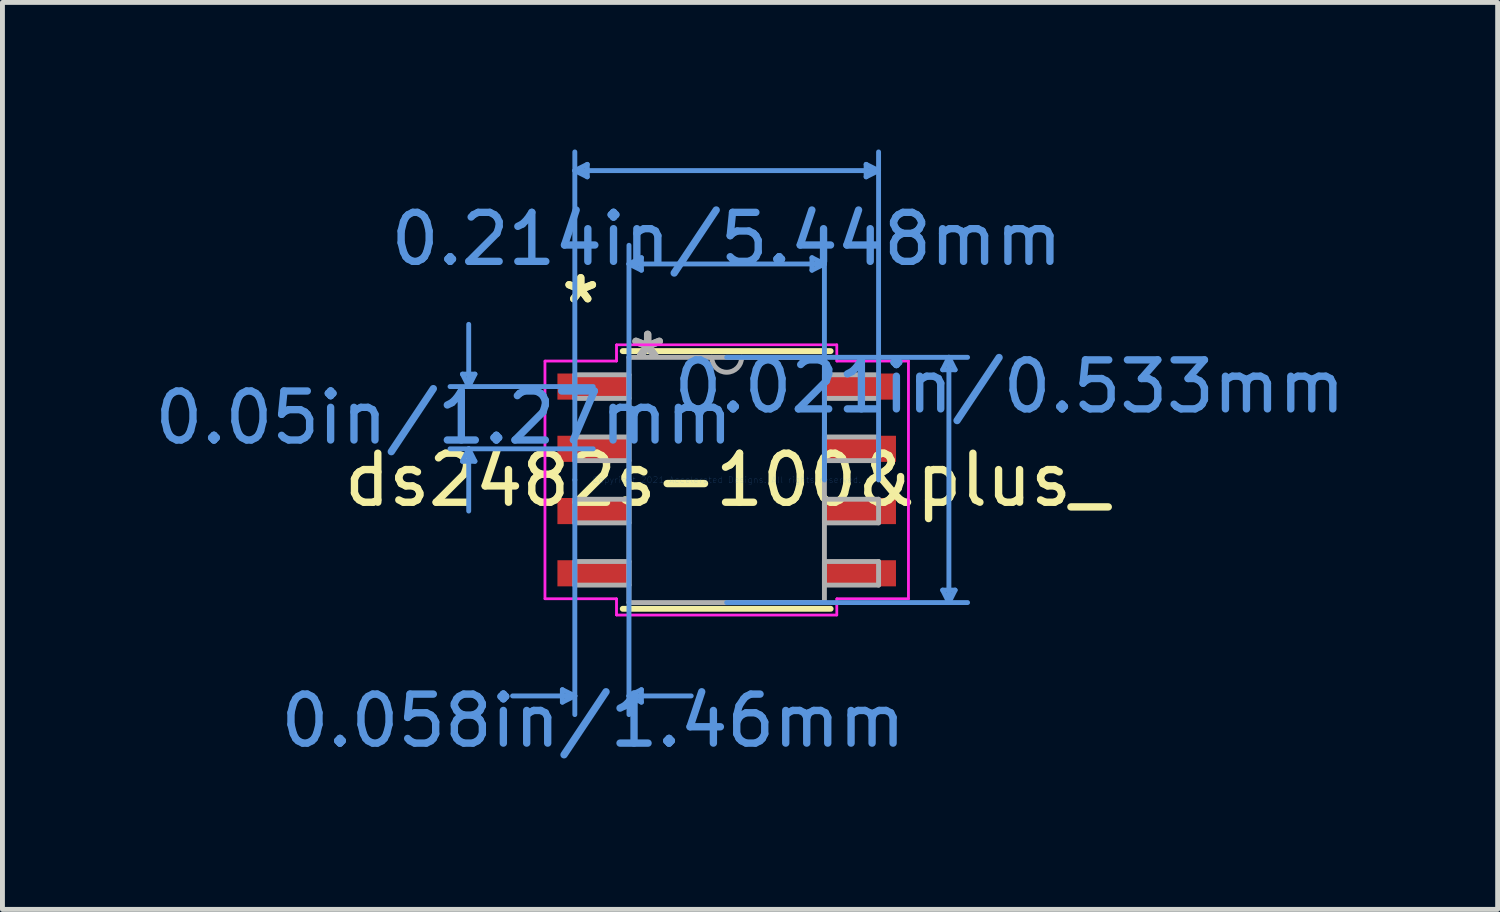
<source format=kicad_pcb>
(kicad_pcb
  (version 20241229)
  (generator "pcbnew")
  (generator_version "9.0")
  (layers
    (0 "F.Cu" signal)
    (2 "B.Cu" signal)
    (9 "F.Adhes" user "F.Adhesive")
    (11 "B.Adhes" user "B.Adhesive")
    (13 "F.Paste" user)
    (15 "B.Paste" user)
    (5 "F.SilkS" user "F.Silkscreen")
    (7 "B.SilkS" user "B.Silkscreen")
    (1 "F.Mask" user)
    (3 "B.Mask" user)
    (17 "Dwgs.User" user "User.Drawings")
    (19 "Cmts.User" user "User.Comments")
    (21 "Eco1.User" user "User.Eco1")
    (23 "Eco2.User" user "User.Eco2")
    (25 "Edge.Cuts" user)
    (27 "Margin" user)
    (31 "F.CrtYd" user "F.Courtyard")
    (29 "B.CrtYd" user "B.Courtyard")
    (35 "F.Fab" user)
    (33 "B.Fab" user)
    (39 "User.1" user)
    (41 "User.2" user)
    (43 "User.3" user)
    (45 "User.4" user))
  (footprint "ds2482s-100&plus_"
    (layer "F.Cu")
    (at 11.778 6.743)
    (property "Reference" "ds2482s-100&plus_" (at 0 0 0) (layer "F.SilkS") (effects (font (size 1 1) (thickness 0.15))))
    (attr through_hole)
    (fp_line (start -2.121 2.629) (end 2.121 2.629) (stroke (width 0.12) (type solid)) (layer "F.SilkS"))
    (fp_line (start 2.121 -2.629) (end -2.121 -2.629) (stroke (width 0.12) (type solid)) (layer "F.SilkS"))
    (fp_line (start -5.391 -2.159) (end -5.137 -2.159) (stroke (width 0.1) (type solid)) (layer "Cmts.User"))
    (fp_line (start -5.391 -0.381) (end -5.137 -0.381) (stroke (width 0.1) (type solid)) (layer "Cmts.User"))
    (fp_line (start -5.264 -1.905) (end -5.391 -2.159) (stroke (width 0.1) (type solid)) (layer "Cmts.User"))
    (fp_line (start -5.264 -1.905) (end -5.264 -3.175) (stroke (width 0.1) (type solid)) (layer "Cmts.User"))
    (fp_line (start -5.264 -1.905) (end -5.137 -2.159) (stroke (width 0.1) (type solid)) (layer "Cmts.User"))
    (fp_line (start -5.264 -0.635) (end -5.391 -0.381) (stroke (width 0.1) (type solid)) (layer "Cmts.User"))
    (fp_line (start -5.264 -0.635) (end -5.264 0.635) (stroke (width 0.1) (type solid)) (layer "Cmts.User"))
    (fp_line (start -5.264 -0.635) (end -5.137 -0.381) (stroke (width 0.1) (type solid)) (layer "Cmts.User"))
    (fp_line (start -3.353 4.28) (end -3.353 4.534) (stroke (width 0.1) (type solid)) (layer "Cmts.User"))
    (fp_line (start -3.099 -6.312) (end -2.845 -6.439) (stroke (width 0.1) (type solid)) (layer "Cmts.User"))
    (fp_line (start -3.099 -6.312) (end -2.845 -6.185) (stroke (width 0.1) (type solid)) (layer "Cmts.User"))
    (fp_line (start -3.099 -6.312) (end 3.099 -6.312) (stroke (width 0.1) (type solid)) (layer "Cmts.User"))
    (fp_line (start -3.099 0) (end -3.099 -6.693) (stroke (width 0.1) (type solid)) (layer "Cmts.User"))
    (fp_line (start -3.099 0) (end -3.099 4.788) (stroke (width 0.1) (type solid)) (layer "Cmts.User"))
    (fp_line (start -3.099 4.407) (end -4.369 4.407) (stroke (width 0.1) (type solid)) (layer "Cmts.User"))
    (fp_line (start -3.099 4.407) (end -3.353 4.28) (stroke (width 0.1) (type solid)) (layer "Cmts.User"))
    (fp_line (start -3.099 4.407) (end -3.353 4.534) (stroke (width 0.1) (type solid)) (layer "Cmts.User"))
    (fp_line (start -2.845 -6.439) (end -2.845 -6.185) (stroke (width 0.1) (type solid)) (layer "Cmts.User"))
    (fp_line (start -2.724 -1.905) (end -5.645 -1.905) (stroke (width 0.1) (type solid)) (layer "Cmts.User"))
    (fp_line (start -2.724 -0.635) (end -5.645 -0.635) (stroke (width 0.1) (type solid)) (layer "Cmts.User"))
    (fp_line (start -1.994 -4.407) (end -1.74 -4.534) (stroke (width 0.1) (type solid)) (layer "Cmts.User"))
    (fp_line (start -1.994 -4.407) (end -1.74 -4.28) (stroke (width 0.1) (type solid)) (layer "Cmts.User"))
    (fp_line (start -1.994 -4.407) (end 1.994 -4.407) (stroke (width 0.1) (type solid)) (layer "Cmts.User"))
    (fp_line (start -1.994 0) (end -1.994 -4.788) (stroke (width 0.1) (type solid)) (layer "Cmts.User"))
    (fp_line (start -1.994 0) (end -1.994 4.788) (stroke (width 0.1) (type solid)) (layer "Cmts.User"))
    (fp_line (start -1.994 4.407) (end -1.74 4.28) (stroke (width 0.1) (type solid)) (layer "Cmts.User"))
    (fp_line (start -1.994 4.407) (end -1.74 4.534) (stroke (width 0.1) (type solid)) (layer "Cmts.User"))
    (fp_line (start -1.994 4.407) (end -0.724 4.407) (stroke (width 0.1) (type solid)) (layer "Cmts.User"))
    (fp_line (start -1.74 -4.534) (end -1.74 -4.28) (stroke (width 0.1) (type solid)) (layer "Cmts.User"))
    (fp_line (start -1.74 4.28) (end -1.74 4.534) (stroke (width 0.1) (type solid)) (layer "Cmts.User"))
    (fp_line (start 0 -2.502) (end 4.915 -2.502) (stroke (width 0.1) (type solid)) (layer "Cmts.User"))
    (fp_line (start 0 2.502) (end 4.915 2.502) (stroke (width 0.1) (type solid)) (layer "Cmts.User"))
    (fp_line (start 1.74 -4.534) (end 1.74 -4.28) (stroke (width 0.1) (type solid)) (layer "Cmts.User"))
    (fp_line (start 1.994 -4.407) (end 1.74 -4.534) (stroke (width 0.1) (type solid)) (layer "Cmts.User"))
    (fp_line (start 1.994 -4.407) (end 1.74 -4.28) (stroke (width 0.1) (type solid)) (layer "Cmts.User"))
    (fp_line (start 1.994 0) (end 1.994 -4.788) (stroke (width 0.1) (type solid)) (layer "Cmts.User"))
    (fp_line (start 2.845 -6.439) (end 2.845 -6.185) (stroke (width 0.1) (type solid)) (layer "Cmts.User"))
    (fp_line (start 3.099 -6.312) (end 2.845 -6.439) (stroke (width 0.1) (type solid)) (layer "Cmts.User"))
    (fp_line (start 3.099 -6.312) (end 2.845 -6.185) (stroke (width 0.1) (type solid)) (layer "Cmts.User"))
    (fp_line (start 3.099 0) (end 3.099 -6.693) (stroke (width 0.1) (type solid)) (layer "Cmts.User"))
    (fp_line (start 4.407 -2.248) (end 4.661 -2.248) (stroke (width 0.1) (type solid)) (layer "Cmts.User"))
    (fp_line (start 4.407 2.248) (end 4.661 2.248) (stroke (width 0.1) (type solid)) (layer "Cmts.User"))
    (fp_line (start 4.534 -2.502) (end 4.407 -2.248) (stroke (width 0.1) (type solid)) (layer "Cmts.User"))
    (fp_line (start 4.534 -2.502) (end 4.534 2.502) (stroke (width 0.1) (type solid)) (layer "Cmts.User"))
    (fp_line (start 4.534 -2.502) (end 4.661 -2.248) (stroke (width 0.1) (type solid)) (layer "Cmts.User"))
    (fp_line (start 4.534 2.502) (end 4.407 2.248) (stroke (width 0.1) (type solid)) (layer "Cmts.User"))
    (fp_line (start 4.534 2.502) (end 4.661 2.248) (stroke (width 0.1) (type solid)) (layer "Cmts.User"))
    (fp_line (start -3.708 -2.426) (end -2.248 -2.426) (stroke (width 0.05) (type solid)) (layer "F.CrtYd"))
    (fp_line (start -3.708 -2.426) (end -2.248 -2.426) (stroke (width 0.05) (type solid)) (layer "F.CrtYd"))
    (fp_line (start -3.708 2.426) (end -3.708 -2.426) (stroke (width 0.05) (type solid)) (layer "F.CrtYd"))
    (fp_line (start -3.708 2.426) (end -3.708 -2.426) (stroke (width 0.05) (type solid)) (layer "F.CrtYd"))
    (fp_line (start -3.708 2.426) (end -2.248 2.426) (stroke (width 0.05) (type solid)) (layer "F.CrtYd"))
    (fp_line (start -2.248 -2.756) (end 2.248 -2.756) (stroke (width 0.05) (type solid)) (layer "F.CrtYd"))
    (fp_line (start -2.248 -2.756) (end 2.248 -2.756) (stroke (width 0.05) (type solid)) (layer "F.CrtYd"))
    (fp_line (start -2.248 -2.426) (end -2.248 -2.756) (stroke (width 0.05) (type solid)) (layer "F.CrtYd"))
    (fp_line (start -2.248 -2.426) (end -2.248 -2.756) (stroke (width 0.05) (type solid)) (layer "F.CrtYd"))
    (fp_line (start -2.248 2.426) (end -3.708 2.426) (stroke (width 0.05) (type solid)) (layer "F.CrtYd"))
    (fp_line (start -2.248 2.756) (end -2.248 2.426) (stroke (width 0.05) (type solid)) (layer "F.CrtYd"))
    (fp_line (start -2.248 2.756) (end -2.248 2.426) (stroke (width 0.05) (type solid)) (layer "F.CrtYd"))
    (fp_line (start 2.248 -2.756) (end 2.248 -2.426) (stroke (width 0.05) (type solid)) (layer "F.CrtYd"))
    (fp_line (start 2.248 -2.756) (end 2.248 -2.426) (stroke (width 0.05) (type solid)) (layer "F.CrtYd"))
    (fp_line (start 2.248 -2.426) (end 3.708 -2.426) (stroke (width 0.05) (type solid)) (layer "F.CrtYd"))
    (fp_line (start 2.248 2.426) (end 2.248 2.756) (stroke (width 0.05) (type solid)) (layer "F.CrtYd"))
    (fp_line (start 2.248 2.426) (end 2.248 2.756) (stroke (width 0.05) (type solid)) (layer "F.CrtYd"))
    (fp_line (start 2.248 2.756) (end -2.248 2.756) (stroke (width 0.05) (type solid)) (layer "F.CrtYd"))
    (fp_line (start 2.248 2.756) (end -2.248 2.756) (stroke (width 0.05) (type solid)) (layer "F.CrtYd"))
    (fp_line (start 3.708 -2.426) (end 2.248 -2.426) (stroke (width 0.05) (type solid)) (layer "F.CrtYd"))
    (fp_line (start 3.708 -2.426) (end 3.708 2.426) (stroke (width 0.05) (type solid)) (layer "F.CrtYd"))
    (fp_line (start 3.708 -2.426) (end 3.708 2.426) (stroke (width 0.05) (type solid)) (layer "F.CrtYd"))
    (fp_line (start 3.708 2.426) (end 2.248 2.426) (stroke (width 0.05) (type solid)) (layer "F.CrtYd"))
    (fp_line (start 3.708 2.426) (end 2.248 2.426) (stroke (width 0.05) (type solid)) (layer "F.CrtYd"))
    (fp_line (start -3.099 -2.146) (end -3.099 -1.664) (stroke (width 0.1) (type solid)) (layer "F.Fab"))
    (fp_line (start -3.099 -1.664) (end -1.994 -1.664) (stroke (width 0.1) (type solid)) (layer "F.Fab"))
    (fp_line (start -3.099 -0.876) (end -3.099 -0.394) (stroke (width 0.1) (type solid)) (layer "F.Fab"))
    (fp_line (start -3.099 -0.394) (end -1.994 -0.394) (stroke (width 0.1) (type solid)) (layer "F.Fab"))
    (fp_line (start -3.099 0.394) (end -3.099 0.876) (stroke (width 0.1) (type solid)) (layer "F.Fab"))
    (fp_line (start -3.099 0.876) (end -1.994 0.876) (stroke (width 0.1) (type solid)) (layer "F.Fab"))
    (fp_line (start -3.099 1.664) (end -3.099 2.146) (stroke (width 0.1) (type solid)) (layer "F.Fab"))
    (fp_line (start -3.099 2.146) (end -1.994 2.146) (stroke (width 0.1) (type solid)) (layer "F.Fab"))
    (fp_line (start -1.994 -2.502) (end -1.994 2.502) (stroke (width 0.1) (type solid)) (layer "F.Fab"))
    (fp_line (start -1.994 -2.146) (end -3.099 -2.146) (stroke (width 0.1) (type solid)) (layer "F.Fab"))
    (fp_line (start -1.994 -1.664) (end -1.994 -2.146) (stroke (width 0.1) (type solid)) (layer "F.Fab"))
    (fp_line (start -1.994 -0.876) (end -3.099 -0.876) (stroke (width 0.1) (type solid)) (layer "F.Fab"))
    (fp_line (start -1.994 -0.394) (end -1.994 -0.876) (stroke (width 0.1) (type solid)) (layer "F.Fab"))
    (fp_line (start -1.994 0.394) (end -3.099 0.394) (stroke (width 0.1) (type solid)) (layer "F.Fab"))
    (fp_line (start -1.994 0.876) (end -1.994 0.394) (stroke (width 0.1) (type solid)) (layer "F.Fab"))
    (fp_line (start -1.994 1.664) (end -3.099 1.664) (stroke (width 0.1) (type solid)) (layer "F.Fab"))
    (fp_line (start -1.994 2.146) (end -1.994 1.664) (stroke (width 0.1) (type solid)) (layer "F.Fab"))
    (fp_line (start -1.994 2.502) (end 1.994 2.502) (stroke (width 0.1) (type solid)) (layer "F.Fab"))
    (fp_line (start 1.994 -2.502) (end -1.994 -2.502) (stroke (width 0.1) (type solid)) (layer "F.Fab"))
    (fp_line (start 1.994 -2.146) (end 1.994 -1.664) (stroke (width 0.1) (type solid)) (layer "F.Fab"))
    (fp_line (start 1.994 -1.664) (end 3.099 -1.664) (stroke (width 0.1) (type solid)) (layer "F.Fab"))
    (fp_line (start 1.994 -0.876) (end 1.994 -0.394) (stroke (width 0.1) (type solid)) (layer "F.Fab"))
    (fp_line (start 1.994 -0.394) (end 3.099 -0.394) (stroke (width 0.1) (type solid)) (layer "F.Fab"))
    (fp_line (start 1.994 0.394) (end 1.994 0.876) (stroke (width 0.1) (type solid)) (layer "F.Fab"))
    (fp_line (start 1.994 0.876) (end 3.099 0.876) (stroke (width 0.1) (type solid)) (layer "F.Fab"))
    (fp_line (start 1.994 1.664) (end 1.994 2.146) (stroke (width 0.1) (type solid)) (layer "F.Fab"))
    (fp_line (start 1.994 2.146) (end 3.099 2.146) (stroke (width 0.1) (type solid)) (layer "F.Fab"))
    (fp_line (start 1.994 2.502) (end 1.994 -2.502) (stroke (width 0.1) (type solid)) (layer "F.Fab"))
    (fp_line (start 3.099 -2.146) (end 1.994 -2.146) (stroke (width 0.1) (type solid)) (layer "F.Fab"))
    (fp_line (start 3.099 -1.664) (end 3.099 -2.146) (stroke (width 0.1) (type solid)) (layer "F.Fab"))
    (fp_line (start 3.099 -0.876) (end 1.994 -0.876) (stroke (width 0.1) (type solid)) (layer "F.Fab"))
    (fp_line (start 3.099 -0.394) (end 3.099 -0.876) (stroke (width 0.1) (type solid)) (layer "F.Fab"))
    (fp_line (start 3.099 0.394) (end 1.994 0.394) (stroke (width 0.1) (type solid)) (layer "F.Fab"))
    (fp_line (start 3.099 0.876) (end 3.099 0.394) (stroke (width 0.1) (type solid)) (layer "F.Fab"))
    (fp_line (start 3.099 1.664) (end 1.994 1.664) (stroke (width 0.1) (type solid)) (layer "F.Fab"))
    (fp_line (start 3.099 2.146) (end 3.099 1.664) (stroke (width 0.1) (type solid)) (layer "F.Fab"))
    (fp_arc (start 0.3048 -2.5019) (mid 0 -2.1971) (end -0.3048 -2.5019) (stroke (width 0.1) (type solid)) (layer "F.Fab"))
    (fp_text user "*" (at -2.978 -3.581 0) (layer "F.SilkS") (effects (font (size 1 1) (thickness 0.15))))
    (fp_text user "*" (at -2.978 -3.581 0) (layer "F.SilkS") (effects (font (size 1 1) (thickness 0.15))))
    (fp_text user "0.214in/5.448mm" (at 0 -4.915 0) (layer "Cmts.User") (effects (font (size 1 1) (thickness 0.15))))
    (fp_text user "Copyright 2021 Accelerated Designs. All rights reserved." (at 0 0 0) (layer "Cmts.User") (effects (font (size 0.127 0.127) (thickness 0.002))))
    (fp_text user "0.021in/0.533mm" (at 5.772 -1.905 0) (layer "Cmts.User") (effects (font (size 1 1) (thickness 0.15))))
    (fp_text user "0.05in/1.27mm" (at -5.772 -1.27 0) (layer "Cmts.User") (effects (font (size 1 1) (thickness 0.15))))
    (fp_text user "0.058in/1.46mm" (at -2.724 4.915 0) (layer "Cmts.User") (effects (font (size 1 1) (thickness 0.15))))
    (fp_text user "*" (at -1.613 -2.426 0) (layer "F.Fab") (effects (font (size 1 1) (thickness 0.15))))
    (fp_text user "*" (at -1.613 -2.426 0) (layer "F.Fab") (effects (font (size 1 1) (thickness 0.15))))
    (pad "1" smd rect (at -2.724 -1.905) (size 1.46 0.533) (layers "F.Cu" "F.Mask" "F.Paste"))
    (pad "2" smd rect (at -2.724 -0.635) (size 1.46 0.533) (layers "F.Cu" "F.Mask" "F.Paste"))
    (pad "3" smd rect (at -2.724 0.635) (size 1.46 0.533) (layers "F.Cu" "F.Mask" "F.Paste"))
    (pad "4" smd rect (at -2.724 1.905) (size 1.46 0.533) (layers "F.Cu" "F.Mask" "F.Paste"))
    (pad "5" smd rect (at 2.724 1.905) (size 1.46 0.533) (layers "F.Cu" "F.Mask" "F.Paste"))
    (pad "6" smd rect (at 2.724 0.635) (size 1.46 0.533) (layers "F.Cu" "F.Mask" "F.Paste"))
    (pad "7" smd rect (at 2.724 -0.635) (size 1.46 0.533) (layers "F.Cu" "F.Mask" "F.Paste"))
    (pad "8" smd rect (at 2.724 -1.905) (size 1.46 0.533) (layers "F.Cu" "F.Mask" "F.Paste")))
  (gr_rect
    (start -3 -3)
    (end 27.509 15.506)
    (stroke (width 0.1) (type default))
    (fill no)
    (layer "Edge.Cuts")))
</source>
